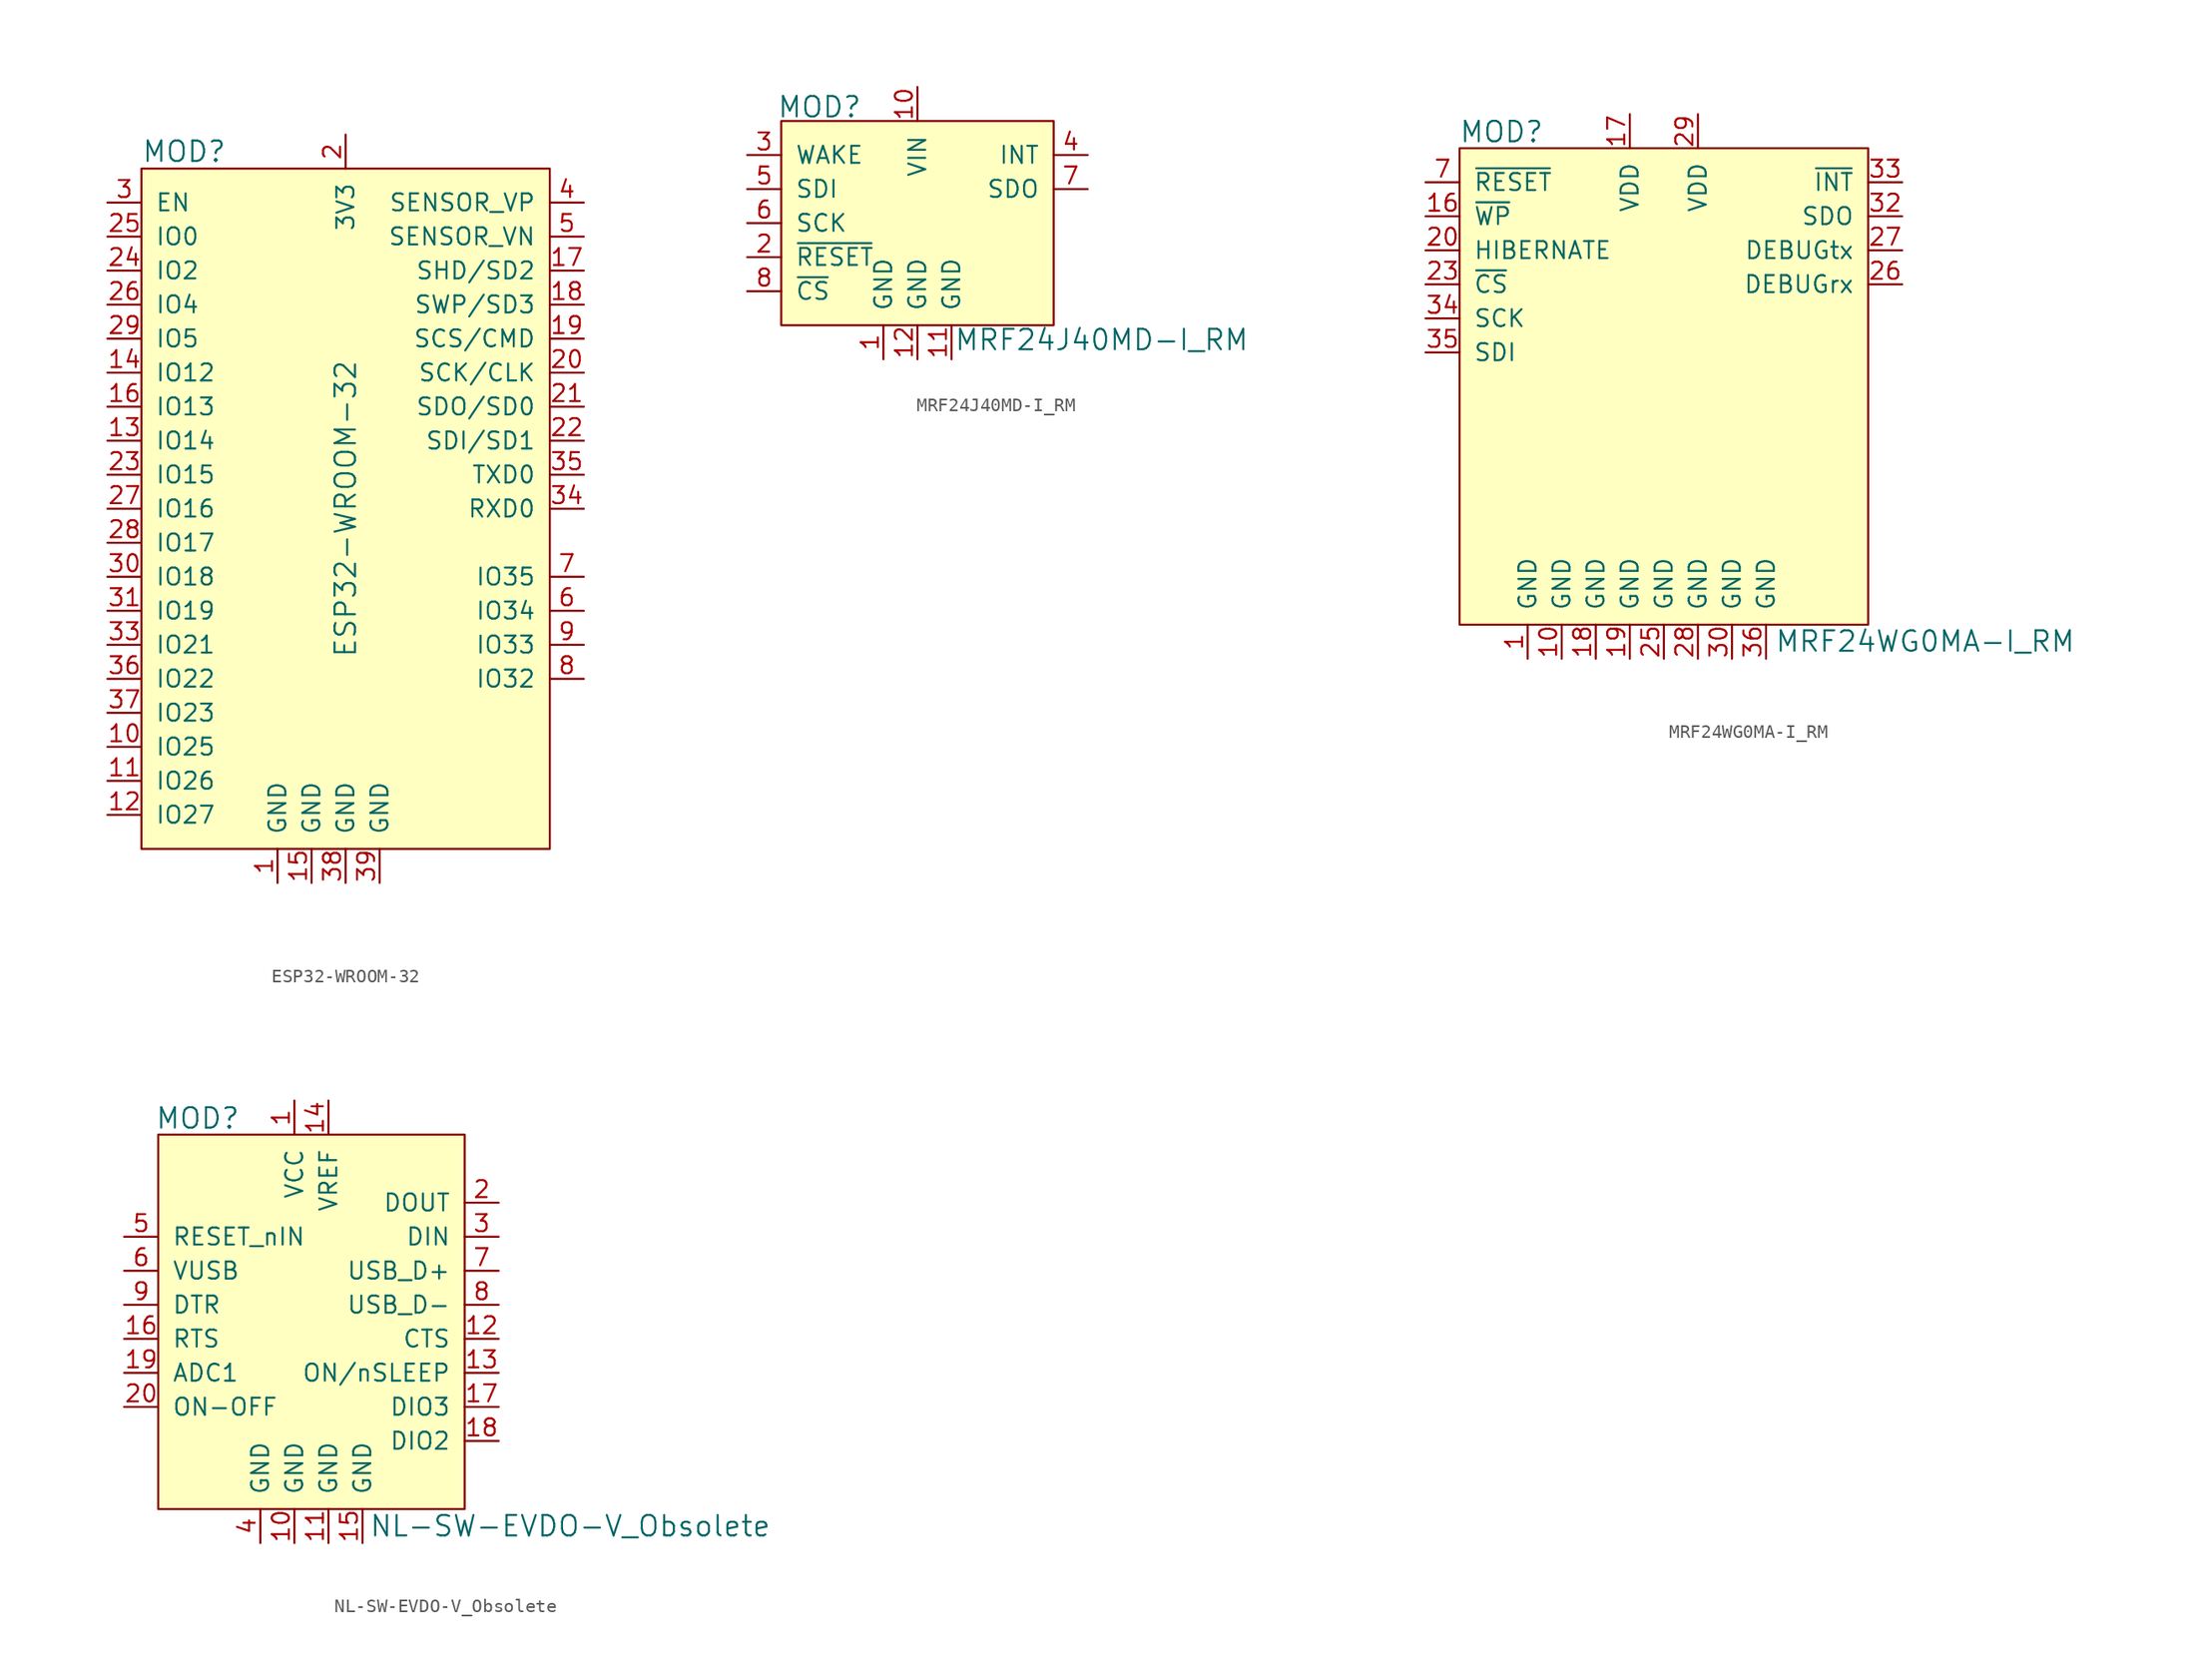
<source format=kicad_sym>
(kicad_symbol_lib
  (version 20231120)
  (generator "kicad_symbol_editor")
  (generator_version "8.0")
  (symbol "ESP32-WROOM-32"
    (pin_names
      (offset 1.016))
    (property "Reference" "MOD"
      (at -10.16 1.27 0)
      (effects (font (size 1.524 1.524)) (justify left)))
    (property "Value" "ESP32-WROOM-32"
      (at 5.08 -25.4 90)
      (effects (font (size 1.524 1.524))))
    (symbol "ESP32-WROOM-32_0_1"
      (rectangle (start -10.16 0) (end 20.32 -50.8) (stroke (width 0) (type default)) (fill (type background))))
    (symbol "ESP32-WROOM-32_1_1"
      (pin power_in line (at 0 -53.34 90) (length 2.54) (name "GND" (effects (font (size 1.27 1.27)))) (number "1" (effects (font (size 1.27 1.27)))))
      (pin bidirectional line (at -12.7 -43.18 0) (length 2.54) (name "IO25" (effects (font (size 1.27 1.27)))) (number "10" (effects (font (size 1.27 1.27)))))
      (pin bidirectional line (at -12.7 -45.72 0) (length 2.54) (name "IO26" (effects (font (size 1.27 1.27)))) (number "11" (effects (font (size 1.27 1.27)))))
      (pin bidirectional line (at -12.7 -48.26 0) (length 2.54) (name "IO27" (effects (font (size 1.27 1.27)))) (number "12" (effects (font (size 1.27 1.27)))))
      (pin bidirectional line (at -12.7 -20.32 0) (length 2.54) (name "IO14" (effects (font (size 1.27 1.27)))) (number "13" (effects (font (size 1.27 1.27)))))
      (pin bidirectional line (at -12.7 -15.24 0) (length 2.54) (name "IO12" (effects (font (size 1.27 1.27)))) (number "14" (effects (font (size 1.27 1.27)))))
      (pin power_in line (at 2.54 -53.34 90) (length 2.54) (name "GND" (effects (font (size 1.27 1.27)))) (number "15" (effects (font (size 1.27 1.27)))))
      (pin bidirectional line (at -12.7 -17.78 0) (length 2.54) (name "IO13" (effects (font (size 1.27 1.27)))) (number "16" (effects (font (size 1.27 1.27)))))
      (pin bidirectional line (at 22.86 -7.62 180) (length 2.54) (name "SHD/SD2" (effects (font (size 1.27 1.27)))) (number "17" (effects (font (size 1.27 1.27)))))
      (pin bidirectional line (at 22.86 -10.16 180) (length 2.54) (name "SWP/SD3" (effects (font (size 1.27 1.27)))) (number "18" (effects (font (size 1.27 1.27)))))
      (pin bidirectional line (at 22.86 -12.7 180) (length 2.54) (name "SCS/CMD" (effects (font (size 1.27 1.27)))) (number "19" (effects (font (size 1.27 1.27)))))
      (pin power_in line (at 5.08 2.54 270) (length 2.54) (name "3V3" (effects (font (size 1.27 1.27)))) (number "2" (effects (font (size 1.27 1.27)))))
      (pin bidirectional line (at 22.86 -15.24 180) (length 2.54) (name "SCK/CLK" (effects (font (size 1.27 1.27)))) (number "20" (effects (font (size 1.27 1.27)))))
      (pin bidirectional line (at 22.86 -17.78 180) (length 2.54) (name "SDO/SD0" (effects (font (size 1.27 1.27)))) (number "21" (effects (font (size 1.27 1.27)))))
      (pin bidirectional line (at 22.86 -20.32 180) (length 2.54) (name "SDI/SD1" (effects (font (size 1.27 1.27)))) (number "22" (effects (font (size 1.27 1.27)))))
      (pin bidirectional line (at -12.7 -22.86 0) (length 2.54) (name "IO15" (effects (font (size 1.27 1.27)))) (number "23" (effects (font (size 1.27 1.27)))))
      (pin bidirectional line (at -12.7 -7.62 0) (length 2.54) (name "IO2" (effects (font (size 1.27 1.27)))) (number "24" (effects (font (size 1.27 1.27)))))
      (pin bidirectional line (at -12.7 -5.08 0) (length 2.54) (name "IO0" (effects (font (size 1.27 1.27)))) (number "25" (effects (font (size 1.27 1.27)))))
      (pin bidirectional line (at -12.7 -10.16 0) (length 2.54) (name "IO4" (effects (font (size 1.27 1.27)))) (number "26" (effects (font (size 1.27 1.27)))))
      (pin bidirectional line (at -12.7 -25.4 0) (length 2.54) (name "IO16" (effects (font (size 1.27 1.27)))) (number "27" (effects (font (size 1.27 1.27)))))
      (pin bidirectional line (at -12.7 -27.94 0) (length 2.54) (name "IO17" (effects (font (size 1.27 1.27)))) (number "28" (effects (font (size 1.27 1.27)))))
      (pin bidirectional line (at -12.7 -12.7 0) (length 2.54) (name "IO5" (effects (font (size 1.27 1.27)))) (number "29" (effects (font (size 1.27 1.27)))))
      (pin input line (at -12.7 -2.54 0) (length 2.54) (name "EN" (effects (font (size 1.27 1.27)))) (number "3" (effects (font (size 1.27 1.27)))))
      (pin bidirectional line (at -12.7 -30.48 0) (length 2.54) (name "IO18" (effects (font (size 1.27 1.27)))) (number "30" (effects (font (size 1.27 1.27)))))
      (pin bidirectional line (at -12.7 -33.02 0) (length 2.54) (name "IO19" (effects (font (size 1.27 1.27)))) (number "31" (effects (font (size 1.27 1.27)))))
      (pin no_connect line (at 20.32 -43.18 180) (length 2.54) hide (name "NC" (effects (font (size 1.27 1.27)))) (number "32" (effects (font (size 1.27 1.27)))))
      (pin bidirectional line (at -12.7 -35.56 0) (length 2.54) (name "IO21" (effects (font (size 1.27 1.27)))) (number "33" (effects (font (size 1.27 1.27)))))
      (pin bidirectional line (at 22.86 -25.4 180) (length 2.54) (name "RXD0" (effects (font (size 1.27 1.27)))) (number "34" (effects (font (size 1.27 1.27)))))
      (pin bidirectional line (at 22.86 -22.86 180) (length 2.54) (name "TXD0" (effects (font (size 1.27 1.27)))) (number "35" (effects (font (size 1.27 1.27)))))
      (pin bidirectional line (at -12.7 -38.1 0) (length 2.54) (name "IO22" (effects (font (size 1.27 1.27)))) (number "36" (effects (font (size 1.27 1.27)))))
      (pin bidirectional line (at -12.7 -40.64 0) (length 2.54) (name "IO23" (effects (font (size 1.27 1.27)))) (number "37" (effects (font (size 1.27 1.27)))))
      (pin power_in line (at 5.08 -53.34 90) (length 2.54) (name "GND" (effects (font (size 1.27 1.27)))) (number "38" (effects (font (size 1.27 1.27)))))
      (pin power_in line (at 7.62 -53.34 90) (length 2.54) (name "GND" (effects (font (size 1.27 1.27)))) (number "39" (effects (font (size 1.27 1.27)))))
      (pin input line (at 22.86 -2.54 180) (length 2.54) (name "SENSOR_VP" (effects (font (size 1.27 1.27)))) (number "4" (effects (font (size 1.27 1.27)))))
      (pin input line (at 22.86 -5.08 180) (length 2.54) (name "SENSOR_VN" (effects (font (size 1.27 1.27)))) (number "5" (effects (font (size 1.27 1.27)))))
      (pin bidirectional line (at 22.86 -33.02 180) (length 2.54) (name "IO34" (effects (font (size 1.27 1.27)))) (number "6" (effects (font (size 1.27 1.27)))))
      (pin bidirectional line (at 22.86 -30.48 180) (length 2.54) (name "IO35" (effects (font (size 1.27 1.27)))) (number "7" (effects (font (size 1.27 1.27)))))
      (pin bidirectional line (at 22.86 -38.1 180) (length 2.54) (name "IO32" (effects (font (size 1.27 1.27)))) (number "8" (effects (font (size 1.27 1.27)))))
      (pin bidirectional line (at 22.86 -35.56 180) (length 2.54) (name "IO33" (effects (font (size 1.27 1.27)))) (number "9" (effects (font (size 1.27 1.27)))))))
  (symbol "MRF24J40MD-I_RM"
    (pin_names
      (offset 1.016))
    (property "Reference" "MOD"
      (at -10.49 8.661 0)
      (effects (font (size 1.524 1.524)) (justify left)))
    (property "Value" "MRF24J40MD-I_RM"
      (at 2.718 -8.712 0)
      (effects (font (size 1.524 1.524)) (justify left)))
    (symbol "MRF24J40MD-I_RM_0_1"
      (rectangle (start -10.16 7.62) (end 10.16 -7.62) (stroke (width 0) (type default)) (fill (type background))))
    (symbol "MRF24J40MD-I_RM_1_1"
      (pin power_in line (at -2.54 -10.16 90) (length 2.54) (name "GND" (effects (font (size 1.27 1.27)))) (number "1" (effects (font (size 1.27 1.27)))))
      (pin power_in line (at 0 10.16 270) (length 2.54) (name "VIN" (effects (font (size 1.27 1.27)))) (number "10" (effects (font (size 1.27 1.27)))))
      (pin power_in line (at 2.54 -10.16 90) (length 2.54) (name "GND" (effects (font (size 1.27 1.27)))) (number "11" (effects (font (size 1.27 1.27)))))
      (pin power_in line (at 0 -10.16 90) (length 2.54) (name "GND" (effects (font (size 1.27 1.27)))) (number "12" (effects (font (size 1.27 1.27)))))
      (pin input line (at -12.7 -2.54 0) (length 2.54) (name "~{RESET}" (effects (font (size 1.27 1.27)))) (number "2" (effects (font (size 1.27 1.27)))))
      (pin input line (at -12.7 5.08 0) (length 2.54) (name "WAKE" (effects (font (size 1.27 1.27)))) (number "3" (effects (font (size 1.27 1.27)))))
      (pin output line (at 12.7 5.08 180) (length 2.54) (name "INT" (effects (font (size 1.27 1.27)))) (number "4" (effects (font (size 1.27 1.27)))))
      (pin input line (at -12.7 2.54 0) (length 2.54) (name "SDI" (effects (font (size 1.27 1.27)))) (number "5" (effects (font (size 1.27 1.27)))))
      (pin input line (at -12.7 0 0) (length 2.54) (name "SCK" (effects (font (size 1.27 1.27)))) (number "6" (effects (font (size 1.27 1.27)))))
      (pin output line (at 12.7 2.54 180) (length 2.54) (name "SDO" (effects (font (size 1.27 1.27)))) (number "7" (effects (font (size 1.27 1.27)))))
      (pin input line (at -12.7 -5.08 0) (length 2.54) (name "~{CS}" (effects (font (size 1.27 1.27)))) (number "8" (effects (font (size 1.27 1.27)))))
      (pin no_connect line (at 10.16 0 180) (length 2.54) hide (name "NC" (effects (font (size 1.27 1.27)))) (number "9" (effects (font (size 1.27 1.27)))))))
  (symbol "MRF24WG0MA-I_RM"
    (pin_names
      (offset 1.016))
    (property "Reference" "MOD"
      (at -15.291 18.999 0)
      (effects (font (size 1.524 1.524)) (justify left)))
    (property "Value" "MRF24WG0MA-I_RM"
      (at 8.255 -19.025 0)
      (effects (font (size 1.524 1.524)) (justify left)))
    (symbol "MRF24WG0MA-I_RM_0_1"
      (rectangle (start -15.24 17.78) (end 15.24 -17.78) (stroke (width 0) (type default)) (fill (type background))))
    (symbol "MRF24WG0MA-I_RM_1_1"
      (pin power_in line (at -10.16 -20.32 90) (length 2.54) (name "GND" (effects (font (size 1.27 1.27)))) (number "1" (effects (font (size 1.27 1.27)))))
      (pin power_in line (at -7.62 -20.32 90) (length 2.54) (name "GND" (effects (font (size 1.27 1.27)))) (number "10" (effects (font (size 1.27 1.27)))))
      (pin no_connect line (at 15.24 5.08 180) (length 2.54) hide (name "N.C." (effects (font (size 1.27 1.27)))) (number "11" (effects (font (size 1.27 1.27)))))
      (pin no_connect line (at 15.24 2.54 180) (length 2.54) hide (name "N.C." (effects (font (size 1.27 1.27)))) (number "12" (effects (font (size 1.27 1.27)))))
      (pin no_connect line (at 15.24 0 180) (length 2.54) hide (name "N.C." (effects (font (size 1.27 1.27)))) (number "13" (effects (font (size 1.27 1.27)))))
      (pin no_connect line (at 15.24 -2.54 180) (length 2.54) hide (name "N.C." (effects (font (size 1.27 1.27)))) (number "14" (effects (font (size 1.27 1.27)))))
      (pin no_connect line (at 15.24 -5.08 180) (length 2.54) hide (name "N.C." (effects (font (size 1.27 1.27)))) (number "15" (effects (font (size 1.27 1.27)))))
      (pin input line (at -17.78 12.7 0) (length 2.54) (name "~{WP}" (effects (font (size 1.27 1.27)))) (number "16" (effects (font (size 1.27 1.27)))))
      (pin power_in line (at -2.54 20.32 270) (length 2.54) (name "VDD" (effects (font (size 1.27 1.27)))) (number "17" (effects (font (size 1.27 1.27)))))
      (pin power_in line (at -5.08 -20.32 90) (length 2.54) (name "GND" (effects (font (size 1.27 1.27)))) (number "18" (effects (font (size 1.27 1.27)))))
      (pin power_in line (at -2.54 -20.32 90) (length 2.54) (name "GND" (effects (font (size 1.27 1.27)))) (number "19" (effects (font (size 1.27 1.27)))))
      (pin no_connect line (at -15.24 0 0) (length 2.54) hide (name "N.C." (effects (font (size 1.27 1.27)))) (number "2" (effects (font (size 1.27 1.27)))))
      (pin input line (at -17.78 10.16 0) (length 2.54) (name "HIBERNATE" (effects (font (size 1.27 1.27)))) (number "20" (effects (font (size 1.27 1.27)))))
      (pin no_connect line (at 15.24 -15.24 180) (length 2.54) hide (name "N.C." (effects (font (size 1.27 1.27)))) (number "21" (effects (font (size 1.27 1.27)))))
      (pin no_connect line (at 15.24 -12.7 180) (length 2.54) hide (name "N.C." (effects (font (size 1.27 1.27)))) (number "22" (effects (font (size 1.27 1.27)))))
      (pin input line (at -17.78 7.62 0) (length 2.54) (name "~{CS}" (effects (font (size 1.27 1.27)))) (number "23" (effects (font (size 1.27 1.27)))))
      (pin no_connect line (at 15.24 -10.16 180) (length 2.54) hide (name "N.C." (effects (font (size 1.27 1.27)))) (number "24" (effects (font (size 1.27 1.27)))))
      (pin power_in line (at 0 -20.32 90) (length 2.54) (name "GND" (effects (font (size 1.27 1.27)))) (number "25" (effects (font (size 1.27 1.27)))))
      (pin input line (at 17.78 7.62 180) (length 2.54) (name "DEBUGrx" (effects (font (size 1.27 1.27)))) (number "26" (effects (font (size 1.27 1.27)))))
      (pin output line (at 17.78 10.16 180) (length 2.54) (name "DEBUGtx" (effects (font (size 1.27 1.27)))) (number "27" (effects (font (size 1.27 1.27)))))
      (pin power_in line (at 2.54 -20.32 90) (length 2.54) (name "GND" (effects (font (size 1.27 1.27)))) (number "28" (effects (font (size 1.27 1.27)))))
      (pin power_in line (at 2.54 20.32 270) (length 2.54) (name "VDD" (effects (font (size 1.27 1.27)))) (number "29" (effects (font (size 1.27 1.27)))))
      (pin no_connect line (at -15.24 -2.54 0) (length 2.54) hide (name "N.C." (effects (font (size 1.27 1.27)))) (number "3" (effects (font (size 1.27 1.27)))))
      (pin power_in line (at 5.08 -20.32 90) (length 2.54) (name "GND" (effects (font (size 1.27 1.27)))) (number "30" (effects (font (size 1.27 1.27)))))
      (pin no_connect line (at 15.24 -7.62 180) (length 2.54) hide (name "N.C." (effects (font (size 1.27 1.27)))) (number "31" (effects (font (size 1.27 1.27)))))
      (pin output line (at 17.78 12.7 180) (length 2.54) (name "SDO" (effects (font (size 1.27 1.27)))) (number "32" (effects (font (size 1.27 1.27)))))
      (pin output line (at 17.78 15.24 180) (length 2.54) (name "~{INT}" (effects (font (size 1.27 1.27)))) (number "33" (effects (font (size 1.27 1.27)))))
      (pin input line (at -17.78 5.08 0) (length 2.54) (name "SCK" (effects (font (size 1.27 1.27)))) (number "34" (effects (font (size 1.27 1.27)))))
      (pin input line (at -17.78 2.54 0) (length 2.54) (name "SDI" (effects (font (size 1.27 1.27)))) (number "35" (effects (font (size 1.27 1.27)))))
      (pin power_in line (at 7.62 -20.32 90) (length 2.54) (name "GND" (effects (font (size 1.27 1.27)))) (number "36" (effects (font (size 1.27 1.27)))))
      (pin no_connect line (at -15.24 -5.08 0) (length 2.54) hide (name "N.C." (effects (font (size 1.27 1.27)))) (number "4" (effects (font (size 1.27 1.27)))))
      (pin no_connect line (at -15.24 -7.62 0) (length 2.54) hide (name "N.C." (effects (font (size 1.27 1.27)))) (number "5" (effects (font (size 1.27 1.27)))))
      (pin no_connect line (at -15.24 -10.16 0) (length 2.54) hide (name "N.C." (effects (font (size 1.27 1.27)))) (number "6" (effects (font (size 1.27 1.27)))))
      (pin input line (at -17.78 15.24 0) (length 2.54) (name "~{RESET}" (effects (font (size 1.27 1.27)))) (number "7" (effects (font (size 1.27 1.27)))))
      (pin no_connect line (at -15.24 -12.7 0) (length 2.54) hide (name "N.C." (effects (font (size 1.27 1.27)))) (number "8" (effects (font (size 1.27 1.27)))))
      (pin no_connect line (at -15.24 -15.24 0) (length 2.54) hide (name "N.C." (effects (font (size 1.27 1.27)))) (number "9" (effects (font (size 1.27 1.27)))))))
  (symbol "NL-SW-EVDO-V_Obsolete"
    (pin_names
      (offset 1.016))
    (property "Reference" "MOD"
      (at -7.214 16.459 0)
      (effects (font (size 1.524 1.524))))
    (property "Value" "NL-SW-EVDO-V_Obsolete"
      (at 5.563 -13.97 0)
      (effects (font (size 1.524 1.524)) (justify left)))
    (symbol "NL-SW-EVDO-V_Obsolete_0_1"
      (rectangle (start -10.16 15.24) (end 12.7 -12.7) (stroke (width 0) (type default)) (fill (type background))))
    (symbol "NL-SW-EVDO-V_Obsolete_1_1"
      (pin power_in line (at 0 17.78 270) (length 2.54) (name "VCC" (effects (font (size 1.27 1.27)))) (number "1" (effects (font (size 1.27 1.27)))))
      (pin power_in line (at 0 -15.24 90) (length 2.54) (name "GND" (effects (font (size 1.27 1.27)))) (number "10" (effects (font (size 1.27 1.27)))))
      (pin power_in line (at 2.54 -15.24 90) (length 2.54) (name "GND" (effects (font (size 1.27 1.27)))) (number "11" (effects (font (size 1.27 1.27)))))
      (pin output line (at 15.24 0 180) (length 2.54) (name "CTS" (effects (font (size 1.27 1.27)))) (number "12" (effects (font (size 1.27 1.27)))))
      (pin output line (at 15.24 -2.54 180) (length 2.54) (name "ON/nSLEEP" (effects (font (size 1.27 1.27)))) (number "13" (effects (font (size 1.27 1.27)))))
      (pin output line (at 2.54 17.78 270) (length 2.54) (name "VREF" (effects (font (size 1.27 1.27)))) (number "14" (effects (font (size 1.27 1.27)))))
      (pin power_in line (at 5.08 -15.24 90) (length 2.54) (name "GND" (effects (font (size 1.27 1.27)))) (number "15" (effects (font (size 1.27 1.27)))))
      (pin input line (at -12.7 0 0) (length 2.54) (name "RTS" (effects (font (size 1.27 1.27)))) (number "16" (effects (font (size 1.27 1.27)))))
      (pin bidirectional line (at 15.24 -5.08 180) (length 2.54) (name "DIO3" (effects (font (size 1.27 1.27)))) (number "17" (effects (font (size 1.27 1.27)))))
      (pin bidirectional line (at 15.24 -7.62 180) (length 2.54) (name "DIO2" (effects (font (size 1.27 1.27)))) (number "18" (effects (font (size 1.27 1.27)))))
      (pin input line (at -12.7 -2.54 0) (length 2.54) (name "ADC1" (effects (font (size 1.27 1.27)))) (number "19" (effects (font (size 1.27 1.27)))))
      (pin output line (at 15.24 10.16 180) (length 2.54) (name "DOUT" (effects (font (size 1.27 1.27)))) (number "2" (effects (font (size 1.27 1.27)))))
      (pin input line (at -12.7 -5.08 0) (length 2.54) (name "ON-OFF" (effects (font (size 1.27 1.27)))) (number "20" (effects (font (size 1.27 1.27)))))
      (pin input line (at 15.24 7.62 180) (length 2.54) (name "DIN" (effects (font (size 1.27 1.27)))) (number "3" (effects (font (size 1.27 1.27)))))
      (pin power_in line (at -2.54 -15.24 90) (length 2.54) (name "GND" (effects (font (size 1.27 1.27)))) (number "4" (effects (font (size 1.27 1.27)))))
      (pin input line (at -12.7 7.62 0) (length 2.54) (name "RESET_nIN" (effects (font (size 1.27 1.27)))) (number "5" (effects (font (size 1.27 1.27)))))
      (pin input line (at -12.7 5.08 0) (length 2.54) (name "VUSB" (effects (font (size 1.27 1.27)))) (number "6" (effects (font (size 1.27 1.27)))))
      (pin bidirectional line (at 15.24 5.08 180) (length 2.54) (name "USB_D+" (effects (font (size 1.27 1.27)))) (number "7" (effects (font (size 1.27 1.27)))))
      (pin bidirectional line (at 15.24 2.54 180) (length 2.54) (name "USB_D-" (effects (font (size 1.27 1.27)))) (number "8" (effects (font (size 1.27 1.27)))))
      (pin input line (at -12.7 2.54 0) (length 2.54) (name "DTR" (effects (font (size 1.27 1.27)))) (number "9" (effects (font (size 1.27 1.27))))))))
</source>
